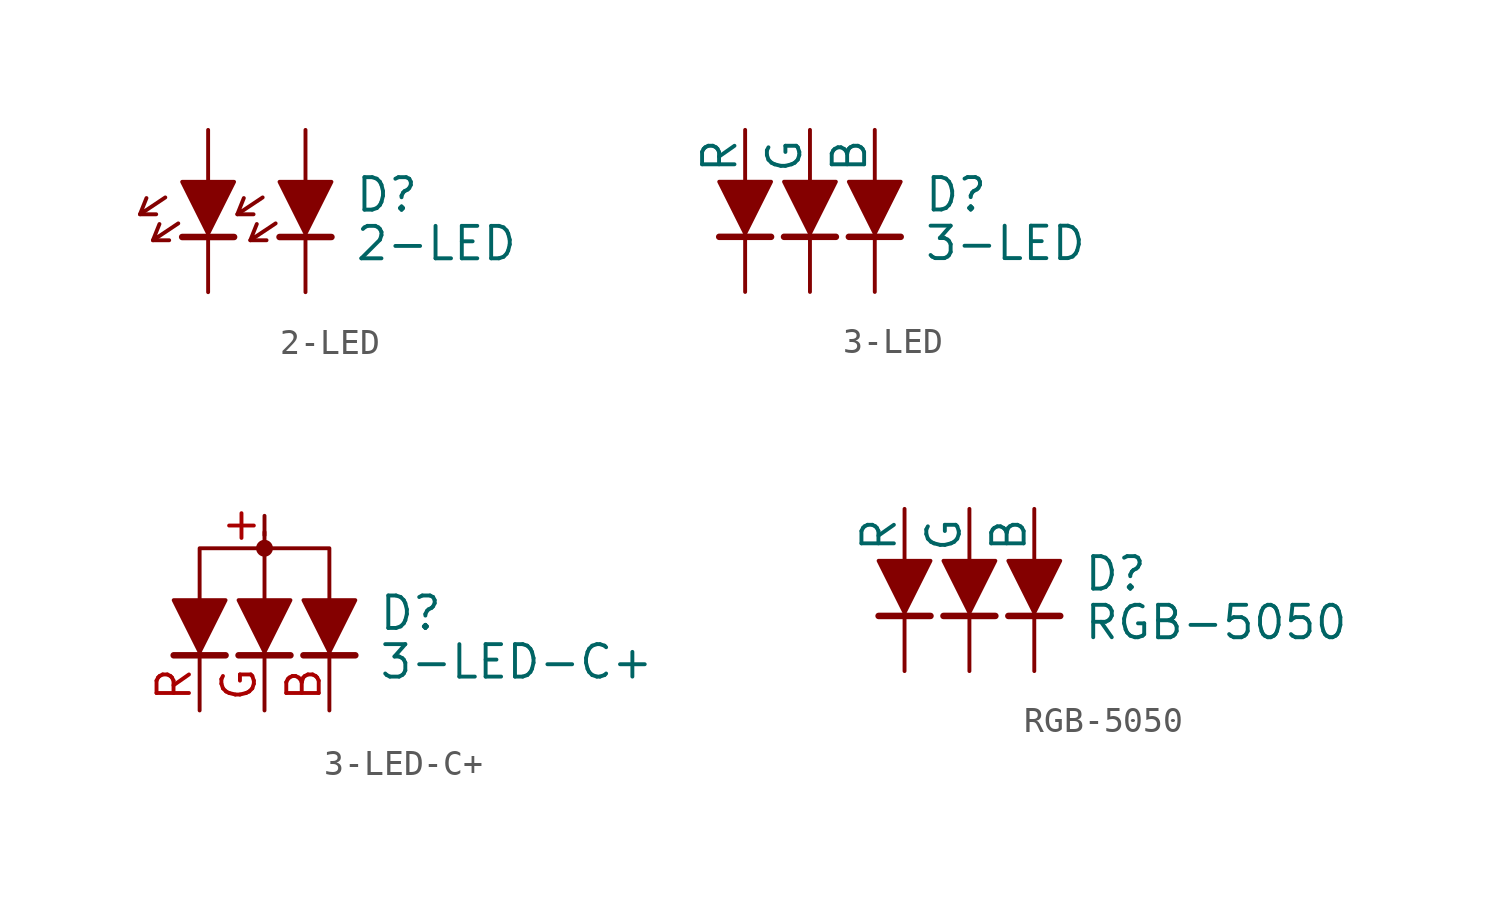
<source format=kicad_sym>
(kicad_symbol_lib
  (version 20211014)
  (generator kicad_symbol_editor)
  (symbol "2-LED"
    (pin_numbers hide)
    (pin_names
      (offset 1.016) hide)
    (property "Reference" "D"
      (at 5.715 -2.54 0)
      (effects (font (size 1.27 1.27)) (justify left)))
    (property "Value" "2-LED"
      (at 5.715 -4.445 0)
      (effects (font (size 1.27 1.27)) (justify left)))
    (symbol "2-LED_0_1"
      (polyline (pts (xy -2.667 -3.302) (xy -2.032 -3.302)) (stroke (width 0) (type default) (color 0 0 0 0)) (fill (type none)))
      (polyline (pts (xy -2.159 -4.318) (xy -1.524 -4.318)) (stroke (width 0) (type default) (color 0 0 0 0)) (fill (type none)))
      (polyline (pts (xy 1.016 -4.191) (xy -1.016 -4.191)) (stroke (width 0.254) (type default) (color 0 0 0 0)) (fill (type none)))
      (polyline (pts (xy 1.143 -3.302) (xy 1.778 -3.302)) (stroke (width 0) (type default) (color 0 0 0 0)) (fill (type none)))
      (polyline (pts (xy 1.651 -4.318) (xy 2.286 -4.318)) (stroke (width 0) (type default) (color 0 0 0 0)) (fill (type none)))
      (polyline (pts (xy 4.826 -4.191) (xy 2.794 -4.191)) (stroke (width 0.254) (type default) (color 0 0 0 0)) (fill (type none)))
      (polyline (pts (xy -1.676 -2.642) (xy -2.667 -3.302) (xy -2.413 -2.667)) (stroke (width 0) (type default) (color 0 0 0 0)) (fill (type none)))
      (polyline (pts (xy -1.168 -3.658) (xy -2.159 -4.318) (xy -1.905 -3.683)) (stroke (width 0) (type default) (color 0 0 0 0)) (fill (type none)))
      (polyline (pts (xy 2.134 -2.642) (xy 1.143 -3.302) (xy 1.397 -2.667)) (stroke (width 0) (type default) (color 0 0 0 0)) (fill (type none)))
      (polyline (pts (xy 2.642 -3.658) (xy 1.651 -4.318) (xy 1.905 -3.683)) (stroke (width 0) (type default) (color 0 0 0 0)) (fill (type none)))
      (polyline (pts (xy -1.016 -2.032) (xy 1.016 -2.032) (xy 0 -4.064) (xy -1.016 -2.032)) (stroke (width 0) (type default) (color 0 0 0 0)) (fill (type outline)))
      (polyline (pts (xy 2.794 -2.032) (xy 4.826 -2.032) (xy 3.81 -4.064) (xy 2.794 -2.032)) (stroke (width 0) (type default) (color 0 0 0 0)) (fill (type outline))))
    (symbol "2-LED_1_1"
      (pin passive line (at 0 0 270) (length 2.032) (name "~" (effects (font (size 1.27 1.27)))) (number "A1" (effects (font (size 1.27 1.27)))))
      (pin passive line (at 3.81 0 270) (length 2.032) (name "~" (effects (font (size 1.27 1.27)))) (number "A2" (effects (font (size 1.27 1.27)))))
      (pin passive line (at 0 -6.35 90) (length 2.032) (name "~" (effects (font (size 1.27 1.27)))) (number "C1" (effects (font (size 1.27 1.27)))))
      (pin passive line (at 3.81 -6.35 90) (length 2.032) (name "~" (effects (font (size 1.27 1.27)))) (number "C2" (effects (font (size 1.27 1.27)))))))
  (symbol "3-LED"
    (pin_numbers hide)
    (pin_names
      (offset 0))
    (property "Reference" "D"
      (at 4.445 -2.54 0)
      (effects (font (size 1.27 1.27)) (justify left)))
    (property "Value" "3-LED"
      (at 4.445 -4.445 0)
      (effects (font (size 1.27 1.27)) (justify left)))
    (symbol "3-LED_0_1"
      (polyline (pts (xy -1.524 -4.191) (xy -3.556 -4.191)) (stroke (width 0.254) (type default) (color 0 0 0 0)) (fill (type none)))
      (polyline (pts (xy 1.016 -4.191) (xy -1.016 -4.191)) (stroke (width 0.254) (type default) (color 0 0 0 0)) (fill (type none)))
      (polyline (pts (xy 3.556 -4.191) (xy 1.524 -4.191)) (stroke (width 0.254) (type default) (color 0 0 0 0)) (fill (type none)))
      (polyline (pts (xy -3.556 -2.032) (xy -1.524 -2.032) (xy -2.54 -4.064) (xy -3.556 -2.032)) (stroke (width 0) (type default) (color 0 0 0 0)) (fill (type outline)))
      (polyline (pts (xy -1.016 -2.032) (xy 1.016 -2.032) (xy 0 -4.064) (xy -1.016 -2.032)) (stroke (width 0) (type default) (color 0 0 0 0)) (fill (type outline)))
      (polyline (pts (xy 1.524 -2.032) (xy 3.556 -2.032) (xy 2.54 -4.064) (xy 1.524 -2.032)) (stroke (width 0) (type default) (color 0 0 0 0)) (fill (type outline))))
    (symbol "3-LED_1_1"
      (pin passive line (at 0 -6.35 90) (length 2.032) (name "~" (effects (font (size 1.27 1.27)))) (number "1" (effects (font (size 1.27 1.27)))))
      (pin passive line (at -2.54 -6.35 90) (length 2.032) (name "~" (effects (font (size 1.27 1.27)))) (number "2" (effects (font (size 1.27 1.27)))))
      (pin passive line (at 2.54 -6.35 90) (length 2.032) (name "~" (effects (font (size 1.27 1.27)))) (number "3" (effects (font (size 1.27 1.27)))))
      (pin passive line (at 2.54 0 270) (length 2.032) (name "B" (effects (font (size 1.27 1.27)))) (number "4" (effects (font (size 1.27 1.27)))))
      (pin passive line (at -2.54 0 270) (length 2.032) (name "R" (effects (font (size 1.27 1.27)))) (number "5" (effects (font (size 1.27 1.27)))))
      (pin passive line (at 0 0 270) (length 2.032) (name "G" (effects (font (size 1.27 1.27)))) (number "6" (effects (font (size 1.27 1.27)))))))
  (symbol "3-LED-C+"
    (pin_names
      (offset 1.016) hide)
    (property "Reference" "D"
      (at 4.445 -2.54 0)
      (effects (font (size 1.27 1.27)) (justify left)))
    (property "Value" "3-LED-C+"
      (at 4.445 -4.445 0)
      (effects (font (size 1.27 1.27)) (justify left)))
    (symbol "3-LED-C+_0_1"
      (polyline (pts (xy -1.524 -4.191) (xy -3.556 -4.191)) (stroke (width 0.254) (type default) (color 0 0 0 0)) (fill (type none)))
      (polyline (pts (xy 0 -2.54) (xy 0 0.635)) (stroke (width 0) (type default) (color 0 0 0 0)) (fill (type none)))
      (polyline (pts (xy 1.016 -4.191) (xy -1.016 -4.191)) (stroke (width 0.254) (type default) (color 0 0 0 0)) (fill (type none)))
      (polyline (pts (xy 3.556 -4.191) (xy 1.524 -4.191)) (stroke (width 0.254) (type default) (color 0 0 0 0)) (fill (type none)))
      (polyline (pts (xy -3.556 -2.032) (xy -1.524 -2.032) (xy -2.54 -4.064) (xy -3.556 -2.032)) (stroke (width 0) (type default) (color 0 0 0 0)) (fill (type outline)))
      (polyline (pts (xy -2.54 -2.54) (xy -2.54 0) (xy 2.54 0) (xy 2.54 -2.54)) (stroke (width 0) (type default) (color 0 0 0 0)) (fill (type none)))
      (polyline (pts (xy -1.016 -2.032) (xy 1.016 -2.032) (xy 0 -4.064) (xy -1.016 -2.032)) (stroke (width 0) (type default) (color 0 0 0 0)) (fill (type outline)))
      (polyline (pts (xy 1.524 -2.032) (xy 3.556 -2.032) (xy 2.54 -4.064) (xy 1.524 -2.032)) (stroke (width 0) (type default) (color 0 0 0 0)) (fill (type outline)))
      (circle (center 0 0) (radius 0.254) (stroke (width 0) (type default) (color 0 0 0 0)) (fill (type outline))))
    (symbol "3-LED-C+_1_1"
      (pin passive line (at 0 1.27 270) (length 0.762) (name "~" (effects (font (size 1.27 1.27)))) (number "+" (effects (font (size 1.27 1.27)))))
      (pin passive line (at 2.54 -6.35 90) (length 2.032) (name "~" (effects (font (size 1.27 1.27)))) (number "B" (effects (font (size 1.27 1.27)))))
      (pin passive line (at 0 -6.35 90) (length 2.032) (name "~" (effects (font (size 1.27 1.27)))) (number "G" (effects (font (size 1.27 1.27)))))
      (pin passive line (at -2.54 -6.35 90) (length 2.032) (name "~" (effects (font (size 1.27 1.27)))) (number "R" (effects (font (size 1.27 1.27)))))))
  (symbol "RGB-5050"
    (pin_numbers hide)
    (pin_names
      (offset 0))
    (property "Reference" "D"
      (at 4.445 -2.54 0)
      (effects (font (size 1.27 1.27)) (justify left)))
    (property "Value" "RGB-5050"
      (at 4.445 -4.445 0)
      (effects (font (size 1.27 1.27)) (justify left)))
    (symbol "RGB-5050_0_1"
      (polyline (pts (xy -1.524 -4.191) (xy -3.556 -4.191)) (stroke (width 0.254) (type default) (color 0 0 0 0)) (fill (type none)))
      (polyline (pts (xy 1.016 -4.191) (xy -1.016 -4.191)) (stroke (width 0.254) (type default) (color 0 0 0 0)) (fill (type none)))
      (polyline (pts (xy 3.556 -4.191) (xy 1.524 -4.191)) (stroke (width 0.254) (type default) (color 0 0 0 0)) (fill (type none)))
      (polyline (pts (xy -3.556 -2.032) (xy -1.524 -2.032) (xy -2.54 -4.064) (xy -3.556 -2.032)) (stroke (width 0) (type default) (color 0 0 0 0)) (fill (type outline)))
      (polyline (pts (xy -1.016 -2.032) (xy 1.016 -2.032) (xy 0 -4.064) (xy -1.016 -2.032)) (stroke (width 0) (type default) (color 0 0 0 0)) (fill (type outline)))
      (polyline (pts (xy 1.524 -2.032) (xy 3.556 -2.032) (xy 2.54 -4.064) (xy 1.524 -2.032)) (stroke (width 0) (type default) (color 0 0 0 0)) (fill (type outline))))
    (symbol "RGB-5050_1_1"
      (pin passive line (at 2.54 -6.35 90) (length 2.032) (name "~" (effects (font (size 1.27 1.27)))) (number "1" (effects (font (size 1.27 1.27)))))
      (pin passive line (at -2.54 -6.35 90) (length 2.032) (name "~" (effects (font (size 1.27 1.27)))) (number "2" (effects (font (size 1.27 1.27)))))
      (pin passive line (at 0 -6.35 90) (length 2.032) (name "~" (effects (font (size 1.27 1.27)))) (number "3" (effects (font (size 1.27 1.27)))))
      (pin passive line (at 0 0 270) (length 2.032) (name "G" (effects (font (size 1.27 1.27)))) (number "4" (effects (font (size 1.27 1.27)))))
      (pin passive line (at -2.54 0 270) (length 2.032) (name "R" (effects (font (size 1.27 1.27)))) (number "5" (effects (font (size 1.27 1.27)))))
      (pin passive line (at 2.54 0 270) (length 2.032) (name "B" (effects (font (size 1.27 1.27)))) (number "6" (effects (font (size 1.27 1.27))))))))
</source>
